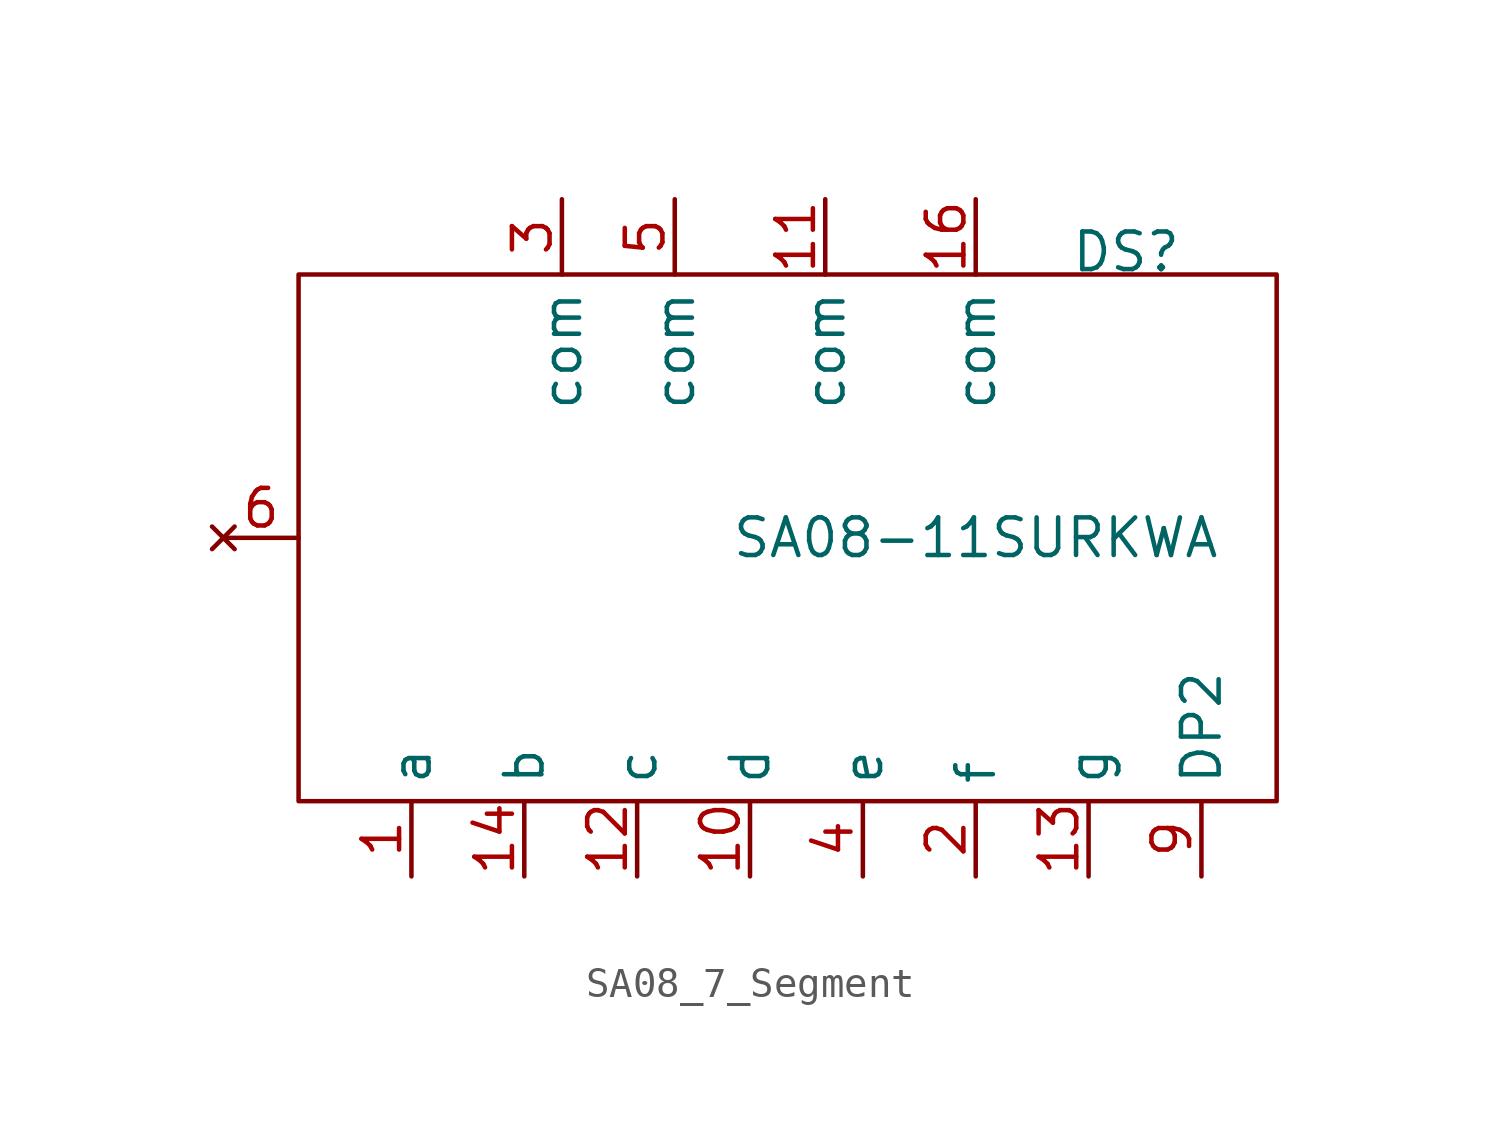
<source format=kicad_sym>
(kicad_symbol_lib
  (version 20241209)
  (generator "kicad_symbol_editor")
  (generator_version "9.0")
  (symbol "SA08_7_Segment"
    (property "Reference" "DS"
      (at 12.7 9.652 0)
      (effects (font (size 1.27 1.27))))
    (property "Value" "SA08-11SURKWA"
      (at 7.62 0 0)
      (effects (font (size 1.27 1.27))))
    (symbol "SA08_7_Segment_0_1"
      (rectangle (start -15.24 8.89) (end 17.78 -8.89) (stroke (width 0) (type default)) (fill (type none))))
    (symbol "SA08_7_Segment_1_1"
      (pin no_connect line (at -17.78 0 0) (length 2.54) (name "" (effects (font (size 1.27 1.27)))) (number "6" (effects (font (size 1.27 1.27)))))
      (pin passive line (at -11.43 -11.43 90) (length 2.54) (name "a" (effects (font (size 1.27 1.27)))) (number "1" (effects (font (size 1.27 1.27)))))
      (pin passive line (at -7.62 -11.43 90) (length 2.54) (name "b" (effects (font (size 1.27 1.27)))) (number "14" (effects (font (size 1.27 1.27)))))
      (pin passive line (at -6.35 11.43 270) (length 2.54) (name "com" (effects (font (size 1.27 1.27)))) (number "3" (effects (font (size 1.27 1.27)))))
      (pin passive line (at -3.81 -11.43 90) (length 2.54) (name "c" (effects (font (size 1.27 1.27)))) (number "12" (effects (font (size 1.27 1.27)))))
      (pin passive line (at -2.54 11.43 270) (length 2.54) (name "com" (effects (font (size 1.27 1.27)))) (number "5" (effects (font (size 1.27 1.27)))))
      (pin passive line (at 0 -11.43 90) (length 2.54) (name "d" (effects (font (size 1.27 1.27)))) (number "10" (effects (font (size 1.27 1.27)))))
      (pin passive line (at 2.54 11.43 270) (length 2.54) (name "com" (effects (font (size 1.27 1.27)))) (number "11" (effects (font (size 1.27 1.27)))))
      (pin passive line (at 3.81 -11.43 90) (length 2.54) (name "e" (effects (font (size 1.27 1.27)))) (number "4" (effects (font (size 1.27 1.27)))))
      (pin passive line (at 7.62 11.43 270) (length 2.54) (name "com" (effects (font (size 1.27 1.27)))) (number "16" (effects (font (size 1.27 1.27)))))
      (pin passive line (at 7.62 -11.43 90) (length 2.54) (name "f" (effects (font (size 1.27 1.27)))) (number "2" (effects (font (size 1.27 1.27)))))
      (pin passive line (at 11.43 -11.43 90) (length 2.54) (name "g" (effects (font (size 1.27 1.27)))) (number "13" (effects (font (size 1.27 1.27)))))
      (pin passive line (at 15.24 -11.43 90) (length 2.54) (name "DP2" (effects (font (size 1.27 1.27)))) (number "9" (effects (font (size 1.27 1.27))))))))
</source>
